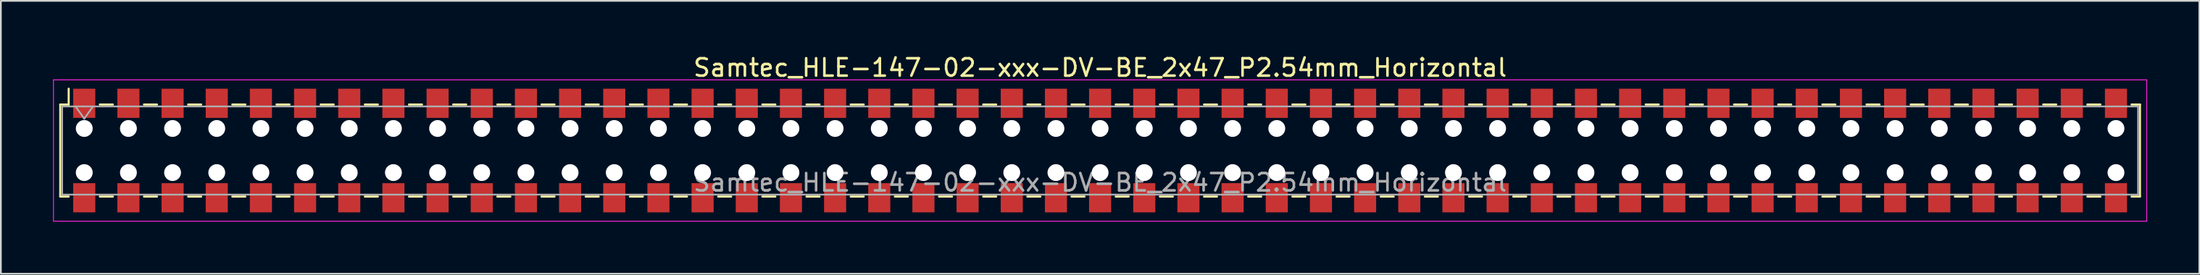
<source format=kicad_pcb>
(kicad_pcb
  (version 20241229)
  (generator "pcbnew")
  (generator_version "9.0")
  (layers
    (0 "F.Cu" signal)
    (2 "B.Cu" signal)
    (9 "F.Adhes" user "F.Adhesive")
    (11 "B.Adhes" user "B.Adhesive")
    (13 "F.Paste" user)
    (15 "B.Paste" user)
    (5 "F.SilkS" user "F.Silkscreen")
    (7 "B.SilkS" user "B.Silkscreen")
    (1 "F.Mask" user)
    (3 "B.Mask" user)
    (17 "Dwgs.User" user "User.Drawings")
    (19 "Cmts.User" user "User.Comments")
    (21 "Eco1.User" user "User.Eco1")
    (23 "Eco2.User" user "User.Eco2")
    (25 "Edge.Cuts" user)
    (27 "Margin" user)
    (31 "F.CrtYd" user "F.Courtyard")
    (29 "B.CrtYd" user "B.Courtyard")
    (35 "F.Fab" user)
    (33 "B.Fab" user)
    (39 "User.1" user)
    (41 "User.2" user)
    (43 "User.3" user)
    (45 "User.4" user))
  (footprint "Samtec_HLE-147-02-xxx-DV-BE_2x47_P2.54mm_Horizontal"
    (layer "F.Cu")
    (at 60.215 5.618)
    (property "Reference" "Samtec_HLE-147-02-xxx-DV-BE_2x47_P2.54mm_Horizontal" (at 0 -4.77 0) (layer "F.SilkS") (effects (font (size 1 1) (thickness 0.15))))
    (attr smd)
    (fp_line (start -59.8 -2.65) (end -59.8 2.65) (stroke (width 0.12) (type solid)) (layer "F.SilkS"))
    (fp_line (start -59.8 2.65) (end -59.315 2.65) (stroke (width 0.12) (type solid)) (layer "F.SilkS"))
    (fp_line (start -59.315 -3.56) (end -59.315 -2.65) (stroke (width 0.12) (type solid)) (layer "F.SilkS"))
    (fp_line (start -59.315 -2.65) (end -59.8 -2.65) (stroke (width 0.12) (type solid)) (layer "F.SilkS"))
    (fp_line (start -57.525 -2.65) (end -56.775 -2.65) (stroke (width 0.12) (type solid)) (layer "F.SilkS"))
    (fp_line (start -57.525 2.65) (end -56.775 2.65) (stroke (width 0.12) (type solid)) (layer "F.SilkS"))
    (fp_line (start -54.985 -2.65) (end -54.235 -2.65) (stroke (width 0.12) (type solid)) (layer "F.SilkS"))
    (fp_line (start -54.985 2.65) (end -54.235 2.65) (stroke (width 0.12) (type solid)) (layer "F.SilkS"))
    (fp_line (start -52.445 -2.65) (end -51.695 -2.65) (stroke (width 0.12) (type solid)) (layer "F.SilkS"))
    (fp_line (start -52.445 2.65) (end -51.695 2.65) (stroke (width 0.12) (type solid)) (layer "F.SilkS"))
    (fp_line (start -49.905 -2.65) (end -49.155 -2.65) (stroke (width 0.12) (type solid)) (layer "F.SilkS"))
    (fp_line (start -49.905 2.65) (end -49.155 2.65) (stroke (width 0.12) (type solid)) (layer "F.SilkS"))
    (fp_line (start -47.365 -2.65) (end -46.615 -2.65) (stroke (width 0.12) (type solid)) (layer "F.SilkS"))
    (fp_line (start -47.365 2.65) (end -46.615 2.65) (stroke (width 0.12) (type solid)) (layer "F.SilkS"))
    (fp_line (start -44.825 -2.65) (end -44.075 -2.65) (stroke (width 0.12) (type solid)) (layer "F.SilkS"))
    (fp_line (start -44.825 2.65) (end -44.075 2.65) (stroke (width 0.12) (type solid)) (layer "F.SilkS"))
    (fp_line (start -42.285 -2.65) (end -41.535 -2.65) (stroke (width 0.12) (type solid)) (layer "F.SilkS"))
    (fp_line (start -42.285 2.65) (end -41.535 2.65) (stroke (width 0.12) (type solid)) (layer "F.SilkS"))
    (fp_line (start -39.745 -2.65) (end -38.995 -2.65) (stroke (width 0.12) (type solid)) (layer "F.SilkS"))
    (fp_line (start -39.745 2.65) (end -38.995 2.65) (stroke (width 0.12) (type solid)) (layer "F.SilkS"))
    (fp_line (start -37.205 -2.65) (end -36.455 -2.65) (stroke (width 0.12) (type solid)) (layer "F.SilkS"))
    (fp_line (start -37.205 2.65) (end -36.455 2.65) (stroke (width 0.12) (type solid)) (layer "F.SilkS"))
    (fp_line (start -34.665 -2.65) (end -33.915 -2.65) (stroke (width 0.12) (type solid)) (layer "F.SilkS"))
    (fp_line (start -34.665 2.65) (end -33.915 2.65) (stroke (width 0.12) (type solid)) (layer "F.SilkS"))
    (fp_line (start -32.125 -2.65) (end -31.375 -2.65) (stroke (width 0.12) (type solid)) (layer "F.SilkS"))
    (fp_line (start -32.125 2.65) (end -31.375 2.65) (stroke (width 0.12) (type solid)) (layer "F.SilkS"))
    (fp_line (start -29.585 -2.65) (end -28.835 -2.65) (stroke (width 0.12) (type solid)) (layer "F.SilkS"))
    (fp_line (start -29.585 2.65) (end -28.835 2.65) (stroke (width 0.12) (type solid)) (layer "F.SilkS"))
    (fp_line (start -27.045 -2.65) (end -26.295 -2.65) (stroke (width 0.12) (type solid)) (layer "F.SilkS"))
    (fp_line (start -27.045 2.65) (end -26.295 2.65) (stroke (width 0.12) (type solid)) (layer "F.SilkS"))
    (fp_line (start -24.505 -2.65) (end -23.755 -2.65) (stroke (width 0.12) (type solid)) (layer "F.SilkS"))
    (fp_line (start -24.505 2.65) (end -23.755 2.65) (stroke (width 0.12) (type solid)) (layer "F.SilkS"))
    (fp_line (start -21.965 -2.65) (end -21.215 -2.65) (stroke (width 0.12) (type solid)) (layer "F.SilkS"))
    (fp_line (start -21.965 2.65) (end -21.215 2.65) (stroke (width 0.12) (type solid)) (layer "F.SilkS"))
    (fp_line (start -19.425 -2.65) (end -18.675 -2.65) (stroke (width 0.12) (type solid)) (layer "F.SilkS"))
    (fp_line (start -19.425 2.65) (end -18.675 2.65) (stroke (width 0.12) (type solid)) (layer "F.SilkS"))
    (fp_line (start -16.885 -2.65) (end -16.135 -2.65) (stroke (width 0.12) (type solid)) (layer "F.SilkS"))
    (fp_line (start -16.885 2.65) (end -16.135 2.65) (stroke (width 0.12) (type solid)) (layer "F.SilkS"))
    (fp_line (start -14.345 -2.65) (end -13.595 -2.65) (stroke (width 0.12) (type solid)) (layer "F.SilkS"))
    (fp_line (start -14.345 2.65) (end -13.595 2.65) (stroke (width 0.12) (type solid)) (layer "F.SilkS"))
    (fp_line (start -11.805 -2.65) (end -11.055 -2.65) (stroke (width 0.12) (type solid)) (layer "F.SilkS"))
    (fp_line (start -11.805 2.65) (end -11.055 2.65) (stroke (width 0.12) (type solid)) (layer "F.SilkS"))
    (fp_line (start -9.265 -2.65) (end -8.515 -2.65) (stroke (width 0.12) (type solid)) (layer "F.SilkS"))
    (fp_line (start -9.265 2.65) (end -8.515 2.65) (stroke (width 0.12) (type solid)) (layer "F.SilkS"))
    (fp_line (start -6.725 -2.65) (end -5.975 -2.65) (stroke (width 0.12) (type solid)) (layer "F.SilkS"))
    (fp_line (start -6.725 2.65) (end -5.975 2.65) (stroke (width 0.12) (type solid)) (layer "F.SilkS"))
    (fp_line (start -4.185 -2.65) (end -3.435 -2.65) (stroke (width 0.12) (type solid)) (layer "F.SilkS"))
    (fp_line (start -4.185 2.65) (end -3.435 2.65) (stroke (width 0.12) (type solid)) (layer "F.SilkS"))
    (fp_line (start -1.645 -2.65) (end -0.895 -2.65) (stroke (width 0.12) (type solid)) (layer "F.SilkS"))
    (fp_line (start -1.645 2.65) (end -0.895 2.65) (stroke (width 0.12) (type solid)) (layer "F.SilkS"))
    (fp_line (start 0.895 -2.65) (end 1.645 -2.65) (stroke (width 0.12) (type solid)) (layer "F.SilkS"))
    (fp_line (start 0.895 2.65) (end 1.645 2.65) (stroke (width 0.12) (type solid)) (layer "F.SilkS"))
    (fp_line (start 3.435 -2.65) (end 4.185 -2.65) (stroke (width 0.12) (type solid)) (layer "F.SilkS"))
    (fp_line (start 3.435 2.65) (end 4.185 2.65) (stroke (width 0.12) (type solid)) (layer "F.SilkS"))
    (fp_line (start 5.975 -2.65) (end 6.725 -2.65) (stroke (width 0.12) (type solid)) (layer "F.SilkS"))
    (fp_line (start 5.975 2.65) (end 6.725 2.65) (stroke (width 0.12) (type solid)) (layer "F.SilkS"))
    (fp_line (start 8.515 -2.65) (end 9.265 -2.65) (stroke (width 0.12) (type solid)) (layer "F.SilkS"))
    (fp_line (start 8.515 2.65) (end 9.265 2.65) (stroke (width 0.12) (type solid)) (layer "F.SilkS"))
    (fp_line (start 11.055 -2.65) (end 11.805 -2.65) (stroke (width 0.12) (type solid)) (layer "F.SilkS"))
    (fp_line (start 11.055 2.65) (end 11.805 2.65) (stroke (width 0.12) (type solid)) (layer "F.SilkS"))
    (fp_line (start 13.595 -2.65) (end 14.345 -2.65) (stroke (width 0.12) (type solid)) (layer "F.SilkS"))
    (fp_line (start 13.595 2.65) (end 14.345 2.65) (stroke (width 0.12) (type solid)) (layer "F.SilkS"))
    (fp_line (start 16.135 -2.65) (end 16.885 -2.65) (stroke (width 0.12) (type solid)) (layer "F.SilkS"))
    (fp_line (start 16.135 2.65) (end 16.885 2.65) (stroke (width 0.12) (type solid)) (layer "F.SilkS"))
    (fp_line (start 18.675 -2.65) (end 19.425 -2.65) (stroke (width 0.12) (type solid)) (layer "F.SilkS"))
    (fp_line (start 18.675 2.65) (end 19.425 2.65) (stroke (width 0.12) (type solid)) (layer "F.SilkS"))
    (fp_line (start 21.215 -2.65) (end 21.965 -2.65) (stroke (width 0.12) (type solid)) (layer "F.SilkS"))
    (fp_line (start 21.215 2.65) (end 21.965 2.65) (stroke (width 0.12) (type solid)) (layer "F.SilkS"))
    (fp_line (start 23.755 -2.65) (end 24.505 -2.65) (stroke (width 0.12) (type solid)) (layer "F.SilkS"))
    (fp_line (start 23.755 2.65) (end 24.505 2.65) (stroke (width 0.12) (type solid)) (layer "F.SilkS"))
    (fp_line (start 26.295 -2.65) (end 27.045 -2.65) (stroke (width 0.12) (type solid)) (layer "F.SilkS"))
    (fp_line (start 26.295 2.65) (end 27.045 2.65) (stroke (width 0.12) (type solid)) (layer "F.SilkS"))
    (fp_line (start 28.835 -2.65) (end 29.585 -2.65) (stroke (width 0.12) (type solid)) (layer "F.SilkS"))
    (fp_line (start 28.835 2.65) (end 29.585 2.65) (stroke (width 0.12) (type solid)) (layer "F.SilkS"))
    (fp_line (start 31.375 -2.65) (end 32.125 -2.65) (stroke (width 0.12) (type solid)) (layer "F.SilkS"))
    (fp_line (start 31.375 2.65) (end 32.125 2.65) (stroke (width 0.12) (type solid)) (layer "F.SilkS"))
    (fp_line (start 33.915 -2.65) (end 34.665 -2.65) (stroke (width 0.12) (type solid)) (layer "F.SilkS"))
    (fp_line (start 33.915 2.65) (end 34.665 2.65) (stroke (width 0.12) (type solid)) (layer "F.SilkS"))
    (fp_line (start 36.455 -2.65) (end 37.205 -2.65) (stroke (width 0.12) (type solid)) (layer "F.SilkS"))
    (fp_line (start 36.455 2.65) (end 37.205 2.65) (stroke (width 0.12) (type solid)) (layer "F.SilkS"))
    (fp_line (start 38.995 -2.65) (end 39.745 -2.65) (stroke (width 0.12) (type solid)) (layer "F.SilkS"))
    (fp_line (start 38.995 2.65) (end 39.745 2.65) (stroke (width 0.12) (type solid)) (layer "F.SilkS"))
    (fp_line (start 41.535 -2.65) (end 42.285 -2.65) (stroke (width 0.12) (type solid)) (layer "F.SilkS"))
    (fp_line (start 41.535 2.65) (end 42.285 2.65) (stroke (width 0.12) (type solid)) (layer "F.SilkS"))
    (fp_line (start 44.075 -2.65) (end 44.825 -2.65) (stroke (width 0.12) (type solid)) (layer "F.SilkS"))
    (fp_line (start 44.075 2.65) (end 44.825 2.65) (stroke (width 0.12) (type solid)) (layer "F.SilkS"))
    (fp_line (start 46.615 -2.65) (end 47.365 -2.65) (stroke (width 0.12) (type solid)) (layer "F.SilkS"))
    (fp_line (start 46.615 2.65) (end 47.365 2.65) (stroke (width 0.12) (type solid)) (layer "F.SilkS"))
    (fp_line (start 49.155 -2.65) (end 49.905 -2.65) (stroke (width 0.12) (type solid)) (layer "F.SilkS"))
    (fp_line (start 49.155 2.65) (end 49.905 2.65) (stroke (width 0.12) (type solid)) (layer "F.SilkS"))
    (fp_line (start 51.695 -2.65) (end 52.445 -2.65) (stroke (width 0.12) (type solid)) (layer "F.SilkS"))
    (fp_line (start 51.695 2.65) (end 52.445 2.65) (stroke (width 0.12) (type solid)) (layer "F.SilkS"))
    (fp_line (start 54.235 -2.65) (end 54.985 -2.65) (stroke (width 0.12) (type solid)) (layer "F.SilkS"))
    (fp_line (start 54.235 2.65) (end 54.985 2.65) (stroke (width 0.12) (type solid)) (layer "F.SilkS"))
    (fp_line (start 56.775 -2.65) (end 57.525 -2.65) (stroke (width 0.12) (type solid)) (layer "F.SilkS"))
    (fp_line (start 56.775 2.65) (end 57.525 2.65) (stroke (width 0.12) (type solid)) (layer "F.SilkS"))
    (fp_line (start 59.315 -2.65) (end 59.8 -2.65) (stroke (width 0.12) (type solid)) (layer "F.SilkS"))
    (fp_line (start 59.8 -2.65) (end 59.8 2.65) (stroke (width 0.12) (type solid)) (layer "F.SilkS"))
    (fp_line (start 59.8 2.65) (end 59.315 2.65) (stroke (width 0.12) (type solid)) (layer "F.SilkS"))
    (fp_line (start -60.19 -4.07) (end 60.19 -4.07) (stroke (width 0.05) (type solid)) (layer "F.CrtYd"))
    (fp_line (start -60.19 4.07) (end -60.19 -4.07) (stroke (width 0.05) (type solid)) (layer "F.CrtYd"))
    (fp_line (start 60.19 -4.07) (end 60.19 4.07) (stroke (width 0.05) (type solid)) (layer "F.CrtYd"))
    (fp_line (start 60.19 4.07) (end -60.19 4.07) (stroke (width 0.05) (type solid)) (layer "F.CrtYd"))
    (fp_line (start -59.69 -2.54) (end 59.69 -2.54) (stroke (width 0.1) (type solid)) (layer "F.Fab"))
    (fp_line (start -59.69 2.54) (end -59.69 -2.54) (stroke (width 0.1) (type solid)) (layer "F.Fab"))
    (fp_line (start -58.92 -2.54) (end -58.42 -1.833) (stroke (width 0.1) (type solid)) (layer "F.Fab"))
    (fp_line (start -58.42 -1.833) (end -57.92 -2.54) (stroke (width 0.1) (type solid)) (layer "F.Fab"))
    (fp_line (start 59.69 -2.54) (end 59.69 2.54) (stroke (width 0.1) (type solid)) (layer "F.Fab"))
    (fp_line (start 59.69 2.54) (end -59.69 2.54) (stroke (width 0.1) (type solid)) (layer "F.Fab"))
    (fp_text user "${REFERENCE}" (at 0 1.84 0) (layer "F.Fab") (effects (font (size 1 1) (thickness 0.15))))
    (pad "" np_thru_hole circle (at -58.42 -1.27) (size 0.97 0.97) (drill 0.97) (layers "*.Cu" "*.Mask"))
    (pad "" np_thru_hole circle (at -58.42 1.27) (size 0.97 0.97) (drill 0.97) (layers "*.Cu" "*.Mask"))
    (pad "" np_thru_hole circle (at -55.88 -1.27) (size 0.97 0.97) (drill 0.97) (layers "*.Cu" "*.Mask"))
    (pad "" np_thru_hole circle (at -55.88 1.27) (size 0.97 0.97) (drill 0.97) (layers "*.Cu" "*.Mask"))
    (pad "" np_thru_hole circle (at -53.34 -1.27) (size 0.97 0.97) (drill 0.97) (layers "*.Cu" "*.Mask"))
    (pad "" np_thru_hole circle (at -53.34 1.27) (size 0.97 0.97) (drill 0.97) (layers "*.Cu" "*.Mask"))
    (pad "" np_thru_hole circle (at -50.8 -1.27) (size 0.97 0.97) (drill 0.97) (layers "*.Cu" "*.Mask"))
    (pad "" np_thru_hole circle (at -50.8 1.27) (size 0.97 0.97) (drill 0.97) (layers "*.Cu" "*.Mask"))
    (pad "" np_thru_hole circle (at -48.26 -1.27) (size 0.97 0.97) (drill 0.97) (layers "*.Cu" "*.Mask"))
    (pad "" np_thru_hole circle (at -48.26 1.27) (size 0.97 0.97) (drill 0.97) (layers "*.Cu" "*.Mask"))
    (pad "" np_thru_hole circle (at -45.72 -1.27) (size 0.97 0.97) (drill 0.97) (layers "*.Cu" "*.Mask"))
    (pad "" np_thru_hole circle (at -45.72 1.27) (size 0.97 0.97) (drill 0.97) (layers "*.Cu" "*.Mask"))
    (pad "" np_thru_hole circle (at -43.18 -1.27) (size 0.97 0.97) (drill 0.97) (layers "*.Cu" "*.Mask"))
    (pad "" np_thru_hole circle (at -43.18 1.27) (size 0.97 0.97) (drill 0.97) (layers "*.Cu" "*.Mask"))
    (pad "" np_thru_hole circle (at -40.64 -1.27) (size 0.97 0.97) (drill 0.97) (layers "*.Cu" "*.Mask"))
    (pad "" np_thru_hole circle (at -40.64 1.27) (size 0.97 0.97) (drill 0.97) (layers "*.Cu" "*.Mask"))
    (pad "" np_thru_hole circle (at -38.1 -1.27) (size 0.97 0.97) (drill 0.97) (layers "*.Cu" "*.Mask"))
    (pad "" np_thru_hole circle (at -38.1 1.27) (size 0.97 0.97) (drill 0.97) (layers "*.Cu" "*.Mask"))
    (pad "" np_thru_hole circle (at -35.56 -1.27) (size 0.97 0.97) (drill 0.97) (layers "*.Cu" "*.Mask"))
    (pad "" np_thru_hole circle (at -35.56 1.27) (size 0.97 0.97) (drill 0.97) (layers "*.Cu" "*.Mask"))
    (pad "" np_thru_hole circle (at -33.02 -1.27) (size 0.97 0.97) (drill 0.97) (layers "*.Cu" "*.Mask"))
    (pad "" np_thru_hole circle (at -33.02 1.27) (size 0.97 0.97) (drill 0.97) (layers "*.Cu" "*.Mask"))
    (pad "" np_thru_hole circle (at -30.48 -1.27) (size 0.97 0.97) (drill 0.97) (layers "*.Cu" "*.Mask"))
    (pad "" np_thru_hole circle (at -30.48 1.27) (size 0.97 0.97) (drill 0.97) (layers "*.Cu" "*.Mask"))
    (pad "" np_thru_hole circle (at -27.94 -1.27) (size 0.97 0.97) (drill 0.97) (layers "*.Cu" "*.Mask"))
    (pad "" np_thru_hole circle (at -27.94 1.27) (size 0.97 0.97) (drill 0.97) (layers "*.Cu" "*.Mask"))
    (pad "" np_thru_hole circle (at -25.4 -1.27) (size 0.97 0.97) (drill 0.97) (layers "*.Cu" "*.Mask"))
    (pad "" np_thru_hole circle (at -25.4 1.27) (size 0.97 0.97) (drill 0.97) (layers "*.Cu" "*.Mask"))
    (pad "" np_thru_hole circle (at -22.86 -1.27) (size 0.97 0.97) (drill 0.97) (layers "*.Cu" "*.Mask"))
    (pad "" np_thru_hole circle (at -22.86 1.27) (size 0.97 0.97) (drill 0.97) (layers "*.Cu" "*.Mask"))
    (pad "" np_thru_hole circle (at -20.32 -1.27) (size 0.97 0.97) (drill 0.97) (layers "*.Cu" "*.Mask"))
    (pad "" np_thru_hole circle (at -20.32 1.27) (size 0.97 0.97) (drill 0.97) (layers "*.Cu" "*.Mask"))
    (pad "" np_thru_hole circle (at -17.78 -1.27) (size 0.97 0.97) (drill 0.97) (layers "*.Cu" "*.Mask"))
    (pad "" np_thru_hole circle (at -17.78 1.27) (size 0.97 0.97) (drill 0.97) (layers "*.Cu" "*.Mask"))
    (pad "" np_thru_hole circle (at -15.24 -1.27) (size 0.97 0.97) (drill 0.97) (layers "*.Cu" "*.Mask"))
    (pad "" np_thru_hole circle (at -15.24 1.27) (size 0.97 0.97) (drill 0.97) (layers "*.Cu" "*.Mask"))
    (pad "" np_thru_hole circle (at -12.7 -1.27) (size 0.97 0.97) (drill 0.97) (layers "*.Cu" "*.Mask"))
    (pad "" np_thru_hole circle (at -12.7 1.27) (size 0.97 0.97) (drill 0.97) (layers "*.Cu" "*.Mask"))
    (pad "" np_thru_hole circle (at -10.16 -1.27) (size 0.97 0.97) (drill 0.97) (layers "*.Cu" "*.Mask"))
    (pad "" np_thru_hole circle (at -10.16 1.27) (size 0.97 0.97) (drill 0.97) (layers "*.Cu" "*.Mask"))
    (pad "" np_thru_hole circle (at -7.62 -1.27) (size 0.97 0.97) (drill 0.97) (layers "*.Cu" "*.Mask"))
    (pad "" np_thru_hole circle (at -7.62 1.27) (size 0.97 0.97) (drill 0.97) (layers "*.Cu" "*.Mask"))
    (pad "" np_thru_hole circle (at -5.08 -1.27) (size 0.97 0.97) (drill 0.97) (layers "*.Cu" "*.Mask"))
    (pad "" np_thru_hole circle (at -5.08 1.27) (size 0.97 0.97) (drill 0.97) (layers "*.Cu" "*.Mask"))
    (pad "" np_thru_hole circle (at -2.54 -1.27) (size 0.97 0.97) (drill 0.97) (layers "*.Cu" "*.Mask"))
    (pad "" np_thru_hole circle (at -2.54 1.27) (size 0.97 0.97) (drill 0.97) (layers "*.Cu" "*.Mask"))
    (pad "" np_thru_hole circle (at 0 -1.27) (size 0.97 0.97) (drill 0.97) (layers "*.Cu" "*.Mask"))
    (pad "" np_thru_hole circle (at 0 1.27) (size 0.97 0.97) (drill 0.97) (layers "*.Cu" "*.Mask"))
    (pad "" np_thru_hole circle (at 2.54 -1.27) (size 0.97 0.97) (drill 0.97) (layers "*.Cu" "*.Mask"))
    (pad "" np_thru_hole circle (at 2.54 1.27) (size 0.97 0.97) (drill 0.97) (layers "*.Cu" "*.Mask"))
    (pad "" np_thru_hole circle (at 5.08 -1.27) (size 0.97 0.97) (drill 0.97) (layers "*.Cu" "*.Mask"))
    (pad "" np_thru_hole circle (at 5.08 1.27) (size 0.97 0.97) (drill 0.97) (layers "*.Cu" "*.Mask"))
    (pad "" np_thru_hole circle (at 7.62 -1.27) (size 0.97 0.97) (drill 0.97) (layers "*.Cu" "*.Mask"))
    (pad "" np_thru_hole circle (at 7.62 1.27) (size 0.97 0.97) (drill 0.97) (layers "*.Cu" "*.Mask"))
    (pad "" np_thru_hole circle (at 10.16 -1.27) (size 0.97 0.97) (drill 0.97) (layers "*.Cu" "*.Mask"))
    (pad "" np_thru_hole circle (at 10.16 1.27) (size 0.97 0.97) (drill 0.97) (layers "*.Cu" "*.Mask"))
    (pad "" np_thru_hole circle (at 12.7 -1.27) (size 0.97 0.97) (drill 0.97) (layers "*.Cu" "*.Mask"))
    (pad "" np_thru_hole circle (at 12.7 1.27) (size 0.97 0.97) (drill 0.97) (layers "*.Cu" "*.Mask"))
    (pad "" np_thru_hole circle (at 15.24 -1.27) (size 0.97 0.97) (drill 0.97) (layers "*.Cu" "*.Mask"))
    (pad "" np_thru_hole circle (at 15.24 1.27) (size 0.97 0.97) (drill 0.97) (layers "*.Cu" "*.Mask"))
    (pad "" np_thru_hole circle (at 17.78 -1.27) (size 0.97 0.97) (drill 0.97) (layers "*.Cu" "*.Mask"))
    (pad "" np_thru_hole circle (at 17.78 1.27) (size 0.97 0.97) (drill 0.97) (layers "*.Cu" "*.Mask"))
    (pad "" np_thru_hole circle (at 20.32 -1.27) (size 0.97 0.97) (drill 0.97) (layers "*.Cu" "*.Mask"))
    (pad "" np_thru_hole circle (at 20.32 1.27) (size 0.97 0.97) (drill 0.97) (layers "*.Cu" "*.Mask"))
    (pad "" np_thru_hole circle (at 22.86 -1.27) (size 0.97 0.97) (drill 0.97) (layers "*.Cu" "*.Mask"))
    (pad "" np_thru_hole circle (at 22.86 1.27) (size 0.97 0.97) (drill 0.97) (layers "*.Cu" "*.Mask"))
    (pad "" np_thru_hole circle (at 25.4 -1.27) (size 0.97 0.97) (drill 0.97) (layers "*.Cu" "*.Mask"))
    (pad "" np_thru_hole circle (at 25.4 1.27) (size 0.97 0.97) (drill 0.97) (layers "*.Cu" "*.Mask"))
    (pad "" np_thru_hole circle (at 27.94 -1.27) (size 0.97 0.97) (drill 0.97) (layers "*.Cu" "*.Mask"))
    (pad "" np_thru_hole circle (at 27.94 1.27) (size 0.97 0.97) (drill 0.97) (layers "*.Cu" "*.Mask"))
    (pad "" np_thru_hole circle (at 30.48 -1.27) (size 0.97 0.97) (drill 0.97) (layers "*.Cu" "*.Mask"))
    (pad "" np_thru_hole circle (at 30.48 1.27) (size 0.97 0.97) (drill 0.97) (layers "*.Cu" "*.Mask"))
    (pad "" np_thru_hole circle (at 33.02 -1.27) (size 0.97 0.97) (drill 0.97) (layers "*.Cu" "*.Mask"))
    (pad "" np_thru_hole circle (at 33.02 1.27) (size 0.97 0.97) (drill 0.97) (layers "*.Cu" "*.Mask"))
    (pad "" np_thru_hole circle (at 35.56 -1.27) (size 0.97 0.97) (drill 0.97) (layers "*.Cu" "*.Mask"))
    (pad "" np_thru_hole circle (at 35.56 1.27) (size 0.97 0.97) (drill 0.97) (layers "*.Cu" "*.Mask"))
    (pad "" np_thru_hole circle (at 38.1 -1.27) (size 0.97 0.97) (drill 0.97) (layers "*.Cu" "*.Mask"))
    (pad "" np_thru_hole circle (at 38.1 1.27) (size 0.97 0.97) (drill 0.97) (layers "*.Cu" "*.Mask"))
    (pad "" np_thru_hole circle (at 40.64 -1.27) (size 0.97 0.97) (drill 0.97) (layers "*.Cu" "*.Mask"))
    (pad "" np_thru_hole circle (at 40.64 1.27) (size 0.97 0.97) (drill 0.97) (layers "*.Cu" "*.Mask"))
    (pad "" np_thru_hole circle (at 43.18 -1.27) (size 0.97 0.97) (drill 0.97) (layers "*.Cu" "*.Mask"))
    (pad "" np_thru_hole circle (at 43.18 1.27) (size 0.97 0.97) (drill 0.97) (layers "*.Cu" "*.Mask"))
    (pad "" np_thru_hole circle (at 45.72 -1.27) (size 0.97 0.97) (drill 0.97) (layers "*.Cu" "*.Mask"))
    (pad "" np_thru_hole circle (at 45.72 1.27) (size 0.97 0.97) (drill 0.97) (layers "*.Cu" "*.Mask"))
    (pad "" np_thru_hole circle (at 48.26 -1.27) (size 0.97 0.97) (drill 0.97) (layers "*.Cu" "*.Mask"))
    (pad "" np_thru_hole circle (at 48.26 1.27) (size 0.97 0.97) (drill 0.97) (layers "*.Cu" "*.Mask"))
    (pad "" np_thru_hole circle (at 50.8 -1.27) (size 0.97 0.97) (drill 0.97) (layers "*.Cu" "*.Mask"))
    (pad "" np_thru_hole circle (at 50.8 1.27) (size 0.97 0.97) (drill 0.97) (layers "*.Cu" "*.Mask"))
    (pad "" np_thru_hole circle (at 53.34 -1.27) (size 0.97 0.97) (drill 0.97) (layers "*.Cu" "*.Mask"))
    (pad "" np_thru_hole circle (at 53.34 1.27) (size 0.97 0.97) (drill 0.97) (layers "*.Cu" "*.Mask"))
    (pad "" np_thru_hole circle (at 55.88 -1.27) (size 0.97 0.97) (drill 0.97) (layers "*.Cu" "*.Mask"))
    (pad "" np_thru_hole circle (at 55.88 1.27) (size 0.97 0.97) (drill 0.97) (layers "*.Cu" "*.Mask"))
    (pad "" np_thru_hole circle (at 58.42 -1.27) (size 0.97 0.97) (drill 0.97) (layers "*.Cu" "*.Mask"))
    (pad "" np_thru_hole circle (at 58.42 1.27) (size 0.97 0.97) (drill 0.97) (layers "*.Cu" "*.Mask"))
    (pad "1" smd rect (at -58.42 -2.72) (size 1.27 1.68) (layers "F.Cu" "F.Mask" "F.Paste"))
    (pad "2" smd rect (at -58.42 2.72) (size 1.27 1.68) (layers "F.Cu" "F.Mask" "F.Paste"))
    (pad "3" smd rect (at -55.88 -2.72) (size 1.27 1.68) (layers "F.Cu" "F.Mask" "F.Paste"))
    (pad "4" smd rect (at -55.88 2.72) (size 1.27 1.68) (layers "F.Cu" "F.Mask" "F.Paste"))
    (pad "5" smd rect (at -53.34 -2.72) (size 1.27 1.68) (layers "F.Cu" "F.Mask" "F.Paste"))
    (pad "6" smd rect (at -53.34 2.72) (size 1.27 1.68) (layers "F.Cu" "F.Mask" "F.Paste"))
    (pad "7" smd rect (at -50.8 -2.72) (size 1.27 1.68) (layers "F.Cu" "F.Mask" "F.Paste"))
    (pad "8" smd rect (at -50.8 2.72) (size 1.27 1.68) (layers "F.Cu" "F.Mask" "F.Paste"))
    (pad "9" smd rect (at -48.26 -2.72) (size 1.27 1.68) (layers "F.Cu" "F.Mask" "F.Paste"))
    (pad "10" smd rect (at -48.26 2.72) (size 1.27 1.68) (layers "F.Cu" "F.Mask" "F.Paste"))
    (pad "11" smd rect (at -45.72 -2.72) (size 1.27 1.68) (layers "F.Cu" "F.Mask" "F.Paste"))
    (pad "12" smd rect (at -45.72 2.72) (size 1.27 1.68) (layers "F.Cu" "F.Mask" "F.Paste"))
    (pad "13" smd rect (at -43.18 -2.72) (size 1.27 1.68) (layers "F.Cu" "F.Mask" "F.Paste"))
    (pad "14" smd rect (at -43.18 2.72) (size 1.27 1.68) (layers "F.Cu" "F.Mask" "F.Paste"))
    (pad "15" smd rect (at -40.64 -2.72) (size 1.27 1.68) (layers "F.Cu" "F.Mask" "F.Paste"))
    (pad "16" smd rect (at -40.64 2.72) (size 1.27 1.68) (layers "F.Cu" "F.Mask" "F.Paste"))
    (pad "17" smd rect (at -38.1 -2.72) (size 1.27 1.68) (layers "F.Cu" "F.Mask" "F.Paste"))
    (pad "18" smd rect (at -38.1 2.72) (size 1.27 1.68) (layers "F.Cu" "F.Mask" "F.Paste"))
    (pad "19" smd rect (at -35.56 -2.72) (size 1.27 1.68) (layers "F.Cu" "F.Mask" "F.Paste"))
    (pad "20" smd rect (at -35.56 2.72) (size 1.27 1.68) (layers "F.Cu" "F.Mask" "F.Paste"))
    (pad "21" smd rect (at -33.02 -2.72) (size 1.27 1.68) (layers "F.Cu" "F.Mask" "F.Paste"))
    (pad "22" smd rect (at -33.02 2.72) (size 1.27 1.68) (layers "F.Cu" "F.Mask" "F.Paste"))
    (pad "23" smd rect (at -30.48 -2.72) (size 1.27 1.68) (layers "F.Cu" "F.Mask" "F.Paste"))
    (pad "24" smd rect (at -30.48 2.72) (size 1.27 1.68) (layers "F.Cu" "F.Mask" "F.Paste"))
    (pad "25" smd rect (at -27.94 -2.72) (size 1.27 1.68) (layers "F.Cu" "F.Mask" "F.Paste"))
    (pad "26" smd rect (at -27.94 2.72) (size 1.27 1.68) (layers "F.Cu" "F.Mask" "F.Paste"))
    (pad "27" smd rect (at -25.4 -2.72) (size 1.27 1.68) (layers "F.Cu" "F.Mask" "F.Paste"))
    (pad "28" smd rect (at -25.4 2.72) (size 1.27 1.68) (layers "F.Cu" "F.Mask" "F.Paste"))
    (pad "29" smd rect (at -22.86 -2.72) (size 1.27 1.68) (layers "F.Cu" "F.Mask" "F.Paste"))
    (pad "30" smd rect (at -22.86 2.72) (size 1.27 1.68) (layers "F.Cu" "F.Mask" "F.Paste"))
    (pad "31" smd rect (at -20.32 -2.72) (size 1.27 1.68) (layers "F.Cu" "F.Mask" "F.Paste"))
    (pad "32" smd rect (at -20.32 2.72) (size 1.27 1.68) (layers "F.Cu" "F.Mask" "F.Paste"))
    (pad "33" smd rect (at -17.78 -2.72) (size 1.27 1.68) (layers "F.Cu" "F.Mask" "F.Paste"))
    (pad "34" smd rect (at -17.78 2.72) (size 1.27 1.68) (layers "F.Cu" "F.Mask" "F.Paste"))
    (pad "35" smd rect (at -15.24 -2.72) (size 1.27 1.68) (layers "F.Cu" "F.Mask" "F.Paste"))
    (pad "36" smd rect (at -15.24 2.72) (size 1.27 1.68) (layers "F.Cu" "F.Mask" "F.Paste"))
    (pad "37" smd rect (at -12.7 -2.72) (size 1.27 1.68) (layers "F.Cu" "F.Mask" "F.Paste"))
    (pad "38" smd rect (at -12.7 2.72) (size 1.27 1.68) (layers "F.Cu" "F.Mask" "F.Paste"))
    (pad "39" smd rect (at -10.16 -2.72) (size 1.27 1.68) (layers "F.Cu" "F.Mask" "F.Paste"))
    (pad "40" smd rect (at -10.16 2.72) (size 1.27 1.68) (layers "F.Cu" "F.Mask" "F.Paste"))
    (pad "41" smd rect (at -7.62 -2.72) (size 1.27 1.68) (layers "F.Cu" "F.Mask" "F.Paste"))
    (pad "42" smd rect (at -7.62 2.72) (size 1.27 1.68) (layers "F.Cu" "F.Mask" "F.Paste"))
    (pad "43" smd rect (at -5.08 -2.72) (size 1.27 1.68) (layers "F.Cu" "F.Mask" "F.Paste"))
    (pad "44" smd rect (at -5.08 2.72) (size 1.27 1.68) (layers "F.Cu" "F.Mask" "F.Paste"))
    (pad "45" smd rect (at -2.54 -2.72) (size 1.27 1.68) (layers "F.Cu" "F.Mask" "F.Paste"))
    (pad "46" smd rect (at -2.54 2.72) (size 1.27 1.68) (layers "F.Cu" "F.Mask" "F.Paste"))
    (pad "47" smd rect (at 0 -2.72) (size 1.27 1.68) (layers "F.Cu" "F.Mask" "F.Paste"))
    (pad "48" smd rect (at 0 2.72) (size 1.27 1.68) (layers "F.Cu" "F.Mask" "F.Paste"))
    (pad "49" smd rect (at 2.54 -2.72) (size 1.27 1.68) (layers "F.Cu" "F.Mask" "F.Paste"))
    (pad "50" smd rect (at 2.54 2.72) (size 1.27 1.68) (layers "F.Cu" "F.Mask" "F.Paste"))
    (pad "51" smd rect (at 5.08 -2.72) (size 1.27 1.68) (layers "F.Cu" "F.Mask" "F.Paste"))
    (pad "52" smd rect (at 5.08 2.72) (size 1.27 1.68) (layers "F.Cu" "F.Mask" "F.Paste"))
    (pad "53" smd rect (at 7.62 -2.72) (size 1.27 1.68) (layers "F.Cu" "F.Mask" "F.Paste"))
    (pad "54" smd rect (at 7.62 2.72) (size 1.27 1.68) (layers "F.Cu" "F.Mask" "F.Paste"))
    (pad "55" smd rect (at 10.16 -2.72) (size 1.27 1.68) (layers "F.Cu" "F.Mask" "F.Paste"))
    (pad "56" smd rect (at 10.16 2.72) (size 1.27 1.68) (layers "F.Cu" "F.Mask" "F.Paste"))
    (pad "57" smd rect (at 12.7 -2.72) (size 1.27 1.68) (layers "F.Cu" "F.Mask" "F.Paste"))
    (pad "58" smd rect (at 12.7 2.72) (size 1.27 1.68) (layers "F.Cu" "F.Mask" "F.Paste"))
    (pad "59" smd rect (at 15.24 -2.72) (size 1.27 1.68) (layers "F.Cu" "F.Mask" "F.Paste"))
    (pad "60" smd rect (at 15.24 2.72) (size 1.27 1.68) (layers "F.Cu" "F.Mask" "F.Paste"))
    (pad "61" smd rect (at 17.78 -2.72) (size 1.27 1.68) (layers "F.Cu" "F.Mask" "F.Paste"))
    (pad "62" smd rect (at 17.78 2.72) (size 1.27 1.68) (layers "F.Cu" "F.Mask" "F.Paste"))
    (pad "63" smd rect (at 20.32 -2.72) (size 1.27 1.68) (layers "F.Cu" "F.Mask" "F.Paste"))
    (pad "64" smd rect (at 20.32 2.72) (size 1.27 1.68) (layers "F.Cu" "F.Mask" "F.Paste"))
    (pad "65" smd rect (at 22.86 -2.72) (size 1.27 1.68) (layers "F.Cu" "F.Mask" "F.Paste"))
    (pad "66" smd rect (at 22.86 2.72) (size 1.27 1.68) (layers "F.Cu" "F.Mask" "F.Paste"))
    (pad "67" smd rect (at 25.4 -2.72) (size 1.27 1.68) (layers "F.Cu" "F.Mask" "F.Paste"))
    (pad "68" smd rect (at 25.4 2.72) (size 1.27 1.68) (layers "F.Cu" "F.Mask" "F.Paste"))
    (pad "69" smd rect (at 27.94 -2.72) (size 1.27 1.68) (layers "F.Cu" "F.Mask" "F.Paste"))
    (pad "70" smd rect (at 27.94 2.72) (size 1.27 1.68) (layers "F.Cu" "F.Mask" "F.Paste"))
    (pad "71" smd rect (at 30.48 -2.72) (size 1.27 1.68) (layers "F.Cu" "F.Mask" "F.Paste"))
    (pad "72" smd rect (at 30.48 2.72) (size 1.27 1.68) (layers "F.Cu" "F.Mask" "F.Paste"))
    (pad "73" smd rect (at 33.02 -2.72) (size 1.27 1.68) (layers "F.Cu" "F.Mask" "F.Paste"))
    (pad "74" smd rect (at 33.02 2.72) (size 1.27 1.68) (layers "F.Cu" "F.Mask" "F.Paste"))
    (pad "75" smd rect (at 35.56 -2.72) (size 1.27 1.68) (layers "F.Cu" "F.Mask" "F.Paste"))
    (pad "76" smd rect (at 35.56 2.72) (size 1.27 1.68) (layers "F.Cu" "F.Mask" "F.Paste"))
    (pad "77" smd rect (at 38.1 -2.72) (size 1.27 1.68) (layers "F.Cu" "F.Mask" "F.Paste"))
    (pad "78" smd rect (at 38.1 2.72) (size 1.27 1.68) (layers "F.Cu" "F.Mask" "F.Paste"))
    (pad "79" smd rect (at 40.64 -2.72) (size 1.27 1.68) (layers "F.Cu" "F.Mask" "F.Paste"))
    (pad "80" smd rect (at 40.64 2.72) (size 1.27 1.68) (layers "F.Cu" "F.Mask" "F.Paste"))
    (pad "81" smd rect (at 43.18 -2.72) (size 1.27 1.68) (layers "F.Cu" "F.Mask" "F.Paste"))
    (pad "82" smd rect (at 43.18 2.72) (size 1.27 1.68) (layers "F.Cu" "F.Mask" "F.Paste"))
    (pad "83" smd rect (at 45.72 -2.72) (size 1.27 1.68) (layers "F.Cu" "F.Mask" "F.Paste"))
    (pad "84" smd rect (at 45.72 2.72) (size 1.27 1.68) (layers "F.Cu" "F.Mask" "F.Paste"))
    (pad "85" smd rect (at 48.26 -2.72) (size 1.27 1.68) (layers "F.Cu" "F.Mask" "F.Paste"))
    (pad "86" smd rect (at 48.26 2.72) (size 1.27 1.68) (layers "F.Cu" "F.Mask" "F.Paste"))
    (pad "87" smd rect (at 50.8 -2.72) (size 1.27 1.68) (layers "F.Cu" "F.Mask" "F.Paste"))
    (pad "88" smd rect (at 50.8 2.72) (size 1.27 1.68) (layers "F.Cu" "F.Mask" "F.Paste"))
    (pad "89" smd rect (at 53.34 -2.72) (size 1.27 1.68) (layers "F.Cu" "F.Mask" "F.Paste"))
    (pad "90" smd rect (at 53.34 2.72) (size 1.27 1.68) (layers "F.Cu" "F.Mask" "F.Paste"))
    (pad "91" smd rect (at 55.88 -2.72) (size 1.27 1.68) (layers "F.Cu" "F.Mask" "F.Paste"))
    (pad "92" smd rect (at 55.88 2.72) (size 1.27 1.68) (layers "F.Cu" "F.Mask" "F.Paste"))
    (pad "93" smd rect (at 58.42 -2.72) (size 1.27 1.68) (layers "F.Cu" "F.Mask" "F.Paste"))
    (pad "94" smd rect (at 58.42 2.72) (size 1.27 1.68) (layers "F.Cu" "F.Mask" "F.Paste")))
  (gr_rect
    (start -3 -3)
    (end 123.43 12.713)
    (stroke (width 0.1) (type default))
    (fill no)
    (layer "Edge.Cuts")))
</source>
